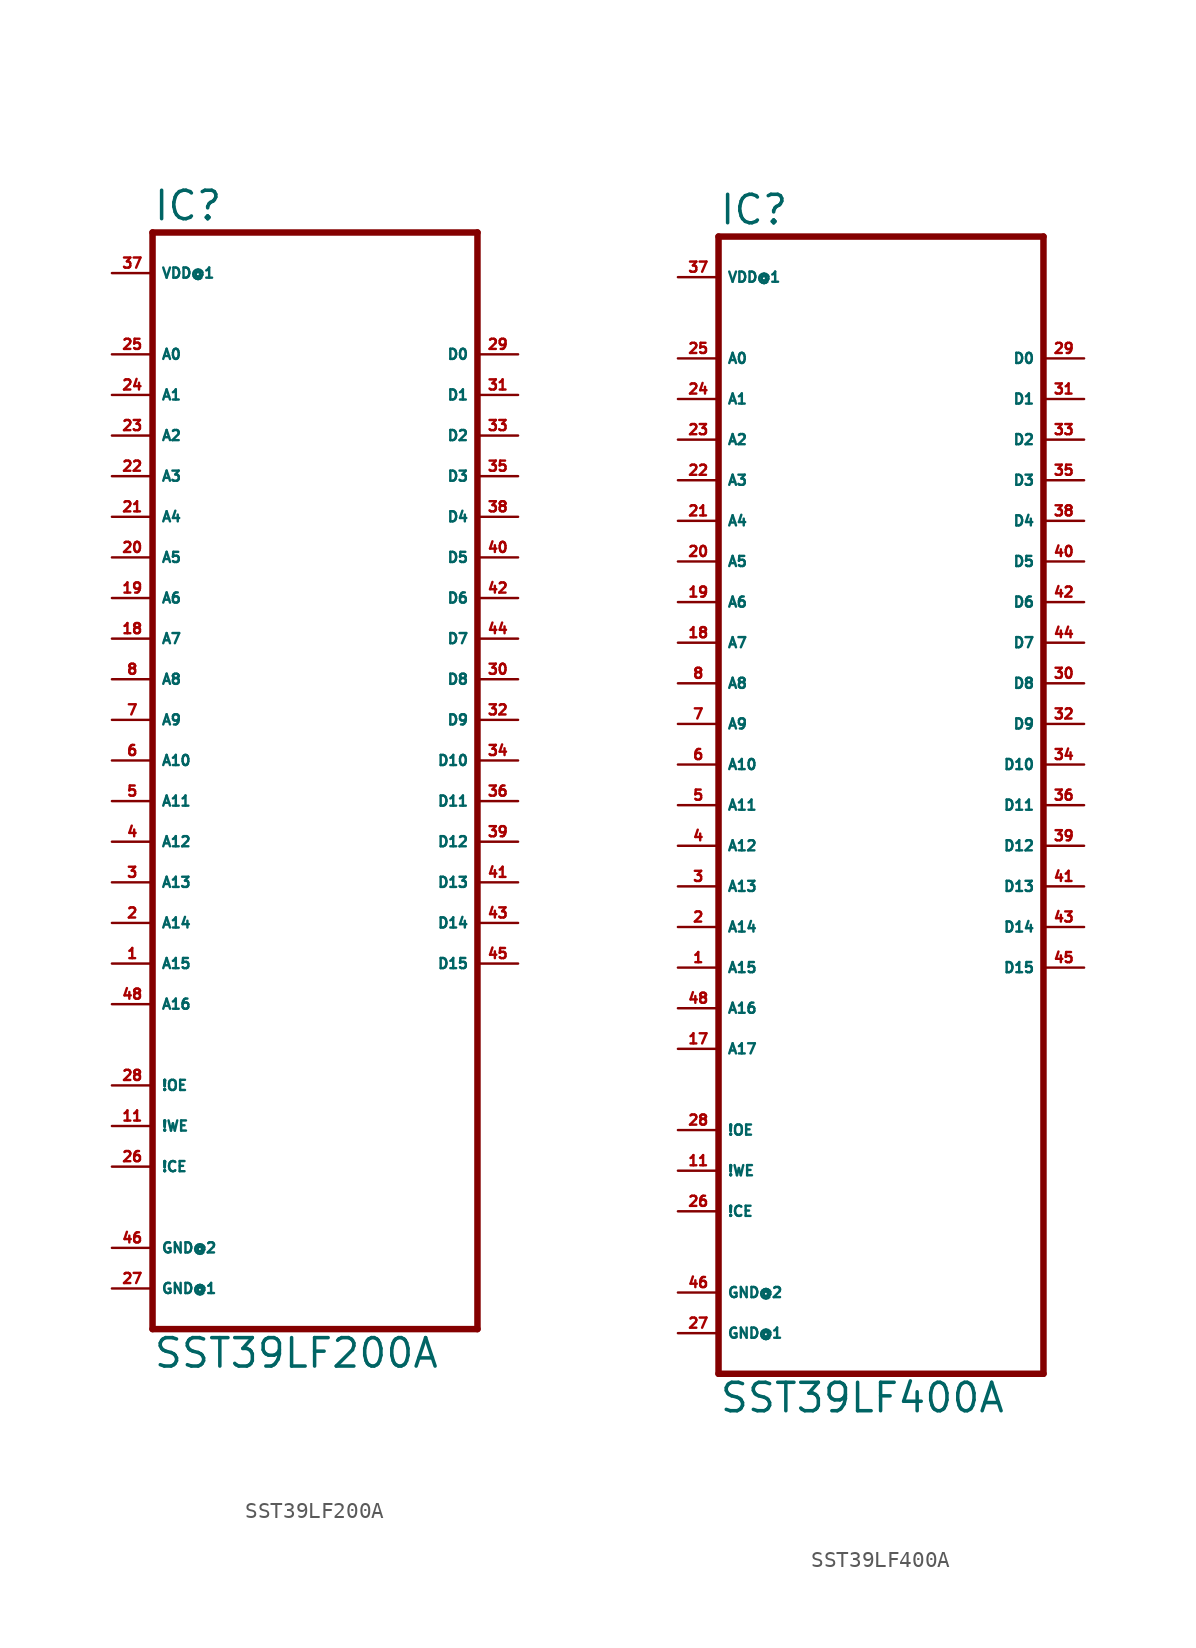
<source format=kicad_sym>
(kicad_symbol_lib
  (version 20220914)
  (generator Eagle2Kicad)
  (symbol "SST39LF200A"
    (property "Reference" "IC"
      (at -10.16 33.655 0)
      (effects (font (size 1.778 1.778) (thickness 0.22)) (justify left bottom)))
    (property "Value" "SST39LF200A"
      (at -10.16 -38.1 0)
      (effects (font (size 1.778 1.778) (thickness 0.22)) (justify left bottom)))
    (polyline
      (pts (xy -10.16 -35.56) (xy 10.16 -35.56))
      (stroke (width 0.406) (type default))
      (fill (type none)))
    (polyline
      (pts (xy 10.16 -35.56) (xy 10.16 33.02))
      (stroke (width 0.406) (type default))
      (fill (type none)))
    (polyline
      (pts (xy 10.16 33.02) (xy -10.16 33.02))
      (stroke (width 0.406) (type default))
      (fill (type none)))
    (polyline
      (pts (xy -10.16 33.02) (xy -10.16 -35.56))
      (stroke (width 0.406) (type default))
      (fill (type none)))
    (pin input line
      (at -12.7 7.62 0)
      (length 2.54)
      (name "A7" (effects (font (size 0.635 0.635) (thickness 0.08)) (justify left bottom)))
      (number "18" (effects (font (size 0.635 0.635) (thickness 0.08)) (justify left bottom))))
    (pin input line
      (at -12.7 10.16 0)
      (length 2.54)
      (name "A6" (effects (font (size 0.635 0.635) (thickness 0.08)) (justify left bottom)))
      (number "19" (effects (font (size 0.635 0.635) (thickness 0.08)) (justify left bottom))))
    (pin input line
      (at -12.7 12.7 0)
      (length 2.54)
      (name "A5" (effects (font (size 0.635 0.635) (thickness 0.08)) (justify left bottom)))
      (number "20" (effects (font (size 0.635 0.635) (thickness 0.08)) (justify left bottom))))
    (pin input line
      (at -12.7 15.24 0)
      (length 2.54)
      (name "A4" (effects (font (size 0.635 0.635) (thickness 0.08)) (justify left bottom)))
      (number "21" (effects (font (size 0.635 0.635) (thickness 0.08)) (justify left bottom))))
    (pin input line
      (at -12.7 17.78 0)
      (length 2.54)
      (name "A3" (effects (font (size 0.635 0.635) (thickness 0.08)) (justify left bottom)))
      (number "22" (effects (font (size 0.635 0.635) (thickness 0.08)) (justify left bottom))))
    (pin input line
      (at -12.7 20.32 0)
      (length 2.54)
      (name "A2" (effects (font (size 0.635 0.635) (thickness 0.08)) (justify left bottom)))
      (number "23" (effects (font (size 0.635 0.635) (thickness 0.08)) (justify left bottom))))
    (pin input line
      (at -12.7 22.86 0)
      (length 2.54)
      (name "A1" (effects (font (size 0.635 0.635) (thickness 0.08)) (justify left bottom)))
      (number "24" (effects (font (size 0.635 0.635) (thickness 0.08)) (justify left bottom))))
    (pin input line
      (at -12.7 25.4 0)
      (length 2.54)
      (name "A0" (effects (font (size 0.635 0.635) (thickness 0.08)) (justify left bottom)))
      (number "25" (effects (font (size 0.635 0.635) (thickness 0.08)) (justify left bottom))))
    (pin bidirectional line
      (at 12.7 25.4 180)
      (length 2.54)
      (name "D0" (effects (font (size 0.635 0.635) (thickness 0.08)) (justify left bottom)))
      (number "29" (effects (font (size 0.635 0.635) (thickness 0.08)) (justify left bottom))))
    (pin bidirectional line
      (at 12.7 22.86 180)
      (length 2.54)
      (name "D1" (effects (font (size 0.635 0.635) (thickness 0.08)) (justify left bottom)))
      (number "31" (effects (font (size 0.635 0.635) (thickness 0.08)) (justify left bottom))))
    (pin bidirectional line
      (at 12.7 20.32 180)
      (length 2.54)
      (name "D2" (effects (font (size 0.635 0.635) (thickness 0.08)) (justify left bottom)))
      (number "33" (effects (font (size 0.635 0.635) (thickness 0.08)) (justify left bottom))))
    (pin bidirectional line
      (at 12.7 17.78 180)
      (length 2.54)
      (name "D3" (effects (font (size 0.635 0.635) (thickness 0.08)) (justify left bottom)))
      (number "35" (effects (font (size 0.635 0.635) (thickness 0.08)) (justify left bottom))))
    (pin bidirectional line
      (at 12.7 15.24 180)
      (length 2.54)
      (name "D4" (effects (font (size 0.635 0.635) (thickness 0.08)) (justify left bottom)))
      (number "38" (effects (font (size 0.635 0.635) (thickness 0.08)) (justify left bottom))))
    (pin bidirectional line
      (at 12.7 12.7 180)
      (length 2.54)
      (name "D5" (effects (font (size 0.635 0.635) (thickness 0.08)) (justify left bottom)))
      (number "40" (effects (font (size 0.635 0.635) (thickness 0.08)) (justify left bottom))))
    (pin bidirectional line
      (at 12.7 10.16 180)
      (length 2.54)
      (name "D6" (effects (font (size 0.635 0.635) (thickness 0.08)) (justify left bottom)))
      (number "42" (effects (font (size 0.635 0.635) (thickness 0.08)) (justify left bottom))))
    (pin bidirectional line
      (at 12.7 7.62 180)
      (length 2.54)
      (name "D7" (effects (font (size 0.635 0.635) (thickness 0.08)) (justify left bottom)))
      (number "44" (effects (font (size 0.635 0.635) (thickness 0.08)) (justify left bottom))))
    (pin input line
      (at -12.7 -25.4 0)
      (length 2.54)
      (name "!CE" (effects (font (size 0.635 0.635) (thickness 0.08)) (justify left bottom)))
      (number "26" (effects (font (size 0.635 0.635) (thickness 0.08)) (justify left bottom))))
    (pin input line
      (at -12.7 0 0)
      (length 2.54)
      (name "A10" (effects (font (size 0.635 0.635) (thickness 0.08)) (justify left bottom)))
      (number "6" (effects (font (size 0.635 0.635) (thickness 0.08)) (justify left bottom))))
    (pin input line
      (at -12.7 -22.86 0)
      (length 2.54)
      (name "!WE" (effects (font (size 0.635 0.635) (thickness 0.08)) (justify left bottom)))
      (number "11" (effects (font (size 0.635 0.635) (thickness 0.08)) (justify left bottom))))
    (pin input line
      (at -12.7 2.54 0)
      (length 2.54)
      (name "A9" (effects (font (size 0.635 0.635) (thickness 0.08)) (justify left bottom)))
      (number "7" (effects (font (size 0.635 0.635) (thickness 0.08)) (justify left bottom))))
    (pin input line
      (at -12.7 5.08 0)
      (length 2.54)
      (name "A8" (effects (font (size 0.635 0.635) (thickness 0.08)) (justify left bottom)))
      (number "8" (effects (font (size 0.635 0.635) (thickness 0.08)) (justify left bottom))))
    (pin input line
      (at -12.7 -2.54 0)
      (length 2.54)
      (name "A11" (effects (font (size 0.635 0.635) (thickness 0.08)) (justify left bottom)))
      (number "5" (effects (font (size 0.635 0.635) (thickness 0.08)) (justify left bottom))))
    (pin bidirectional line
      (at 12.7 5.08 180)
      (length 2.54)
      (name "D8" (effects (font (size 0.635 0.635) (thickness 0.08)) (justify left bottom)))
      (number "30" (effects (font (size 0.635 0.635) (thickness 0.08)) (justify left bottom))))
    (pin bidirectional line
      (at 12.7 2.54 180)
      (length 2.54)
      (name "D9" (effects (font (size 0.635 0.635) (thickness 0.08)) (justify left bottom)))
      (number "32" (effects (font (size 0.635 0.635) (thickness 0.08)) (justify left bottom))))
    (pin bidirectional line
      (at 12.7 0 180)
      (length 2.54)
      (name "D10" (effects (font (size 0.635 0.635) (thickness 0.08)) (justify left bottom)))
      (number "34" (effects (font (size 0.635 0.635) (thickness 0.08)) (justify left bottom))))
    (pin bidirectional line
      (at 12.7 -2.54 180)
      (length 2.54)
      (name "D11" (effects (font (size 0.635 0.635) (thickness 0.08)) (justify left bottom)))
      (number "36" (effects (font (size 0.635 0.635) (thickness 0.08)) (justify left bottom))))
    (pin bidirectional line
      (at 12.7 -5.08 180)
      (length 2.54)
      (name "D12" (effects (font (size 0.635 0.635) (thickness 0.08)) (justify left bottom)))
      (number "39" (effects (font (size 0.635 0.635) (thickness 0.08)) (justify left bottom))))
    (pin bidirectional line
      (at 12.7 -7.62 180)
      (length 2.54)
      (name "D13" (effects (font (size 0.635 0.635) (thickness 0.08)) (justify left bottom)))
      (number "41" (effects (font (size 0.635 0.635) (thickness 0.08)) (justify left bottom))))
    (pin bidirectional line
      (at 12.7 -10.16 180)
      (length 2.54)
      (name "D14" (effects (font (size 0.635 0.635) (thickness 0.08)) (justify left bottom)))
      (number "43" (effects (font (size 0.635 0.635) (thickness 0.08)) (justify left bottom))))
    (pin bidirectional line
      (at 12.7 -12.7 180)
      (length 2.54)
      (name "D15" (effects (font (size 0.635 0.635) (thickness 0.08)) (justify left bottom)))
      (number "45" (effects (font (size 0.635 0.635) (thickness 0.08)) (justify left bottom))))
    (pin unspecified line
      (at -12.7 30.48 0)
      (length 2.54)
      (name "VDD@1" (effects (font (size 0.635 0.635) (thickness 0.08)) (justify left bottom)))
      (number "37" (effects (font (size 0.635 0.635) (thickness 0.08)) (justify left bottom))))
    (pin unspecified line
      (at -12.7 -33.02 0)
      (length 2.54)
      (name "GND@1" (effects (font (size 0.635 0.635) (thickness 0.08)) (justify left bottom)))
      (number "27" (effects (font (size 0.635 0.635) (thickness 0.08)) (justify left bottom))))
    (pin unspecified line
      (at -12.7 -30.48 0)
      (length 2.54)
      (name "GND@2" (effects (font (size 0.635 0.635) (thickness 0.08)) (justify left bottom)))
      (number "46" (effects (font (size 0.635 0.635) (thickness 0.08)) (justify left bottom))))
    (pin input line
      (at -12.7 -5.08 0)
      (length 2.54)
      (name "A12" (effects (font (size 0.635 0.635) (thickness 0.08)) (justify left bottom)))
      (number "4" (effects (font (size 0.635 0.635) (thickness 0.08)) (justify left bottom))))
    (pin input line
      (at -12.7 -7.62 0)
      (length 2.54)
      (name "A13" (effects (font (size 0.635 0.635) (thickness 0.08)) (justify left bottom)))
      (number "3" (effects (font (size 0.635 0.635) (thickness 0.08)) (justify left bottom))))
    (pin input line
      (at -12.7 -10.16 0)
      (length 2.54)
      (name "A14" (effects (font (size 0.635 0.635) (thickness 0.08)) (justify left bottom)))
      (number "2" (effects (font (size 0.635 0.635) (thickness 0.08)) (justify left bottom))))
    (pin input line
      (at -12.7 -12.7 0)
      (length 2.54)
      (name "A15" (effects (font (size 0.635 0.635) (thickness 0.08)) (justify left bottom)))
      (number "1" (effects (font (size 0.635 0.635) (thickness 0.08)) (justify left bottom))))
    (pin input line
      (at -12.7 -15.24 0)
      (length 2.54)
      (name "A16" (effects (font (size 0.635 0.635) (thickness 0.08)) (justify left bottom)))
      (number "48" (effects (font (size 0.635 0.635) (thickness 0.08)) (justify left bottom))))
    (pin input line
      (at -12.7 -20.32 0)
      (length 2.54)
      (name "!OE" (effects (font (size 0.635 0.635) (thickness 0.08)) (justify left bottom)))
      (number "28" (effects (font (size 0.635 0.635) (thickness 0.08)) (justify left bottom)))))
  (symbol "SST39LF400A"
    (property "Reference" "IC"
      (at -10.16 33.655 0)
      (effects (font (size 1.778 1.778) (thickness 0.22)) (justify left bottom)))
    (property "Value" "SST39LF400A"
      (at -10.16 -40.64 0)
      (effects (font (size 1.778 1.778) (thickness 0.22)) (justify left bottom)))
    (polyline
      (pts (xy -10.16 -38.1) (xy 10.16 -38.1))
      (stroke (width 0.406) (type default))
      (fill (type none)))
    (polyline
      (pts (xy 10.16 -38.1) (xy 10.16 33.02))
      (stroke (width 0.406) (type default))
      (fill (type none)))
    (polyline
      (pts (xy 10.16 33.02) (xy -10.16 33.02))
      (stroke (width 0.406) (type default))
      (fill (type none)))
    (polyline
      (pts (xy -10.16 33.02) (xy -10.16 -38.1))
      (stroke (width 0.406) (type default))
      (fill (type none)))
    (pin input line
      (at -12.7 7.62 0)
      (length 2.54)
      (name "A7" (effects (font (size 0.635 0.635) (thickness 0.08)) (justify left bottom)))
      (number "18" (effects (font (size 0.635 0.635) (thickness 0.08)) (justify left bottom))))
    (pin input line
      (at -12.7 10.16 0)
      (length 2.54)
      (name "A6" (effects (font (size 0.635 0.635) (thickness 0.08)) (justify left bottom)))
      (number "19" (effects (font (size 0.635 0.635) (thickness 0.08)) (justify left bottom))))
    (pin input line
      (at -12.7 12.7 0)
      (length 2.54)
      (name "A5" (effects (font (size 0.635 0.635) (thickness 0.08)) (justify left bottom)))
      (number "20" (effects (font (size 0.635 0.635) (thickness 0.08)) (justify left bottom))))
    (pin input line
      (at -12.7 15.24 0)
      (length 2.54)
      (name "A4" (effects (font (size 0.635 0.635) (thickness 0.08)) (justify left bottom)))
      (number "21" (effects (font (size 0.635 0.635) (thickness 0.08)) (justify left bottom))))
    (pin input line
      (at -12.7 17.78 0)
      (length 2.54)
      (name "A3" (effects (font (size 0.635 0.635) (thickness 0.08)) (justify left bottom)))
      (number "22" (effects (font (size 0.635 0.635) (thickness 0.08)) (justify left bottom))))
    (pin input line
      (at -12.7 20.32 0)
      (length 2.54)
      (name "A2" (effects (font (size 0.635 0.635) (thickness 0.08)) (justify left bottom)))
      (number "23" (effects (font (size 0.635 0.635) (thickness 0.08)) (justify left bottom))))
    (pin input line
      (at -12.7 22.86 0)
      (length 2.54)
      (name "A1" (effects (font (size 0.635 0.635) (thickness 0.08)) (justify left bottom)))
      (number "24" (effects (font (size 0.635 0.635) (thickness 0.08)) (justify left bottom))))
    (pin input line
      (at -12.7 25.4 0)
      (length 2.54)
      (name "A0" (effects (font (size 0.635 0.635) (thickness 0.08)) (justify left bottom)))
      (number "25" (effects (font (size 0.635 0.635) (thickness 0.08)) (justify left bottom))))
    (pin bidirectional line
      (at 12.7 25.4 180)
      (length 2.54)
      (name "D0" (effects (font (size 0.635 0.635) (thickness 0.08)) (justify left bottom)))
      (number "29" (effects (font (size 0.635 0.635) (thickness 0.08)) (justify left bottom))))
    (pin bidirectional line
      (at 12.7 22.86 180)
      (length 2.54)
      (name "D1" (effects (font (size 0.635 0.635) (thickness 0.08)) (justify left bottom)))
      (number "31" (effects (font (size 0.635 0.635) (thickness 0.08)) (justify left bottom))))
    (pin bidirectional line
      (at 12.7 20.32 180)
      (length 2.54)
      (name "D2" (effects (font (size 0.635 0.635) (thickness 0.08)) (justify left bottom)))
      (number "33" (effects (font (size 0.635 0.635) (thickness 0.08)) (justify left bottom))))
    (pin bidirectional line
      (at 12.7 17.78 180)
      (length 2.54)
      (name "D3" (effects (font (size 0.635 0.635) (thickness 0.08)) (justify left bottom)))
      (number "35" (effects (font (size 0.635 0.635) (thickness 0.08)) (justify left bottom))))
    (pin bidirectional line
      (at 12.7 15.24 180)
      (length 2.54)
      (name "D4" (effects (font (size 0.635 0.635) (thickness 0.08)) (justify left bottom)))
      (number "38" (effects (font (size 0.635 0.635) (thickness 0.08)) (justify left bottom))))
    (pin bidirectional line
      (at 12.7 12.7 180)
      (length 2.54)
      (name "D5" (effects (font (size 0.635 0.635) (thickness 0.08)) (justify left bottom)))
      (number "40" (effects (font (size 0.635 0.635) (thickness 0.08)) (justify left bottom))))
    (pin bidirectional line
      (at 12.7 10.16 180)
      (length 2.54)
      (name "D6" (effects (font (size 0.635 0.635) (thickness 0.08)) (justify left bottom)))
      (number "42" (effects (font (size 0.635 0.635) (thickness 0.08)) (justify left bottom))))
    (pin bidirectional line
      (at 12.7 7.62 180)
      (length 2.54)
      (name "D7" (effects (font (size 0.635 0.635) (thickness 0.08)) (justify left bottom)))
      (number "44" (effects (font (size 0.635 0.635) (thickness 0.08)) (justify left bottom))))
    (pin input line
      (at -12.7 -27.94 0)
      (length 2.54)
      (name "!CE" (effects (font (size 0.635 0.635) (thickness 0.08)) (justify left bottom)))
      (number "26" (effects (font (size 0.635 0.635) (thickness 0.08)) (justify left bottom))))
    (pin input line
      (at -12.7 0 0)
      (length 2.54)
      (name "A10" (effects (font (size 0.635 0.635) (thickness 0.08)) (justify left bottom)))
      (number "6" (effects (font (size 0.635 0.635) (thickness 0.08)) (justify left bottom))))
    (pin input line
      (at -12.7 -25.4 0)
      (length 2.54)
      (name "!WE" (effects (font (size 0.635 0.635) (thickness 0.08)) (justify left bottom)))
      (number "11" (effects (font (size 0.635 0.635) (thickness 0.08)) (justify left bottom))))
    (pin input line
      (at -12.7 2.54 0)
      (length 2.54)
      (name "A9" (effects (font (size 0.635 0.635) (thickness 0.08)) (justify left bottom)))
      (number "7" (effects (font (size 0.635 0.635) (thickness 0.08)) (justify left bottom))))
    (pin input line
      (at -12.7 5.08 0)
      (length 2.54)
      (name "A8" (effects (font (size 0.635 0.635) (thickness 0.08)) (justify left bottom)))
      (number "8" (effects (font (size 0.635 0.635) (thickness 0.08)) (justify left bottom))))
    (pin input line
      (at -12.7 -2.54 0)
      (length 2.54)
      (name "A11" (effects (font (size 0.635 0.635) (thickness 0.08)) (justify left bottom)))
      (number "5" (effects (font (size 0.635 0.635) (thickness 0.08)) (justify left bottom))))
    (pin bidirectional line
      (at 12.7 5.08 180)
      (length 2.54)
      (name "D8" (effects (font (size 0.635 0.635) (thickness 0.08)) (justify left bottom)))
      (number "30" (effects (font (size 0.635 0.635) (thickness 0.08)) (justify left bottom))))
    (pin bidirectional line
      (at 12.7 2.54 180)
      (length 2.54)
      (name "D9" (effects (font (size 0.635 0.635) (thickness 0.08)) (justify left bottom)))
      (number "32" (effects (font (size 0.635 0.635) (thickness 0.08)) (justify left bottom))))
    (pin bidirectional line
      (at 12.7 0 180)
      (length 2.54)
      (name "D10" (effects (font (size 0.635 0.635) (thickness 0.08)) (justify left bottom)))
      (number "34" (effects (font (size 0.635 0.635) (thickness 0.08)) (justify left bottom))))
    (pin bidirectional line
      (at 12.7 -2.54 180)
      (length 2.54)
      (name "D11" (effects (font (size 0.635 0.635) (thickness 0.08)) (justify left bottom)))
      (number "36" (effects (font (size 0.635 0.635) (thickness 0.08)) (justify left bottom))))
    (pin bidirectional line
      (at 12.7 -5.08 180)
      (length 2.54)
      (name "D12" (effects (font (size 0.635 0.635) (thickness 0.08)) (justify left bottom)))
      (number "39" (effects (font (size 0.635 0.635) (thickness 0.08)) (justify left bottom))))
    (pin bidirectional line
      (at 12.7 -7.62 180)
      (length 2.54)
      (name "D13" (effects (font (size 0.635 0.635) (thickness 0.08)) (justify left bottom)))
      (number "41" (effects (font (size 0.635 0.635) (thickness 0.08)) (justify left bottom))))
    (pin bidirectional line
      (at 12.7 -10.16 180)
      (length 2.54)
      (name "D14" (effects (font (size 0.635 0.635) (thickness 0.08)) (justify left bottom)))
      (number "43" (effects (font (size 0.635 0.635) (thickness 0.08)) (justify left bottom))))
    (pin bidirectional line
      (at 12.7 -12.7 180)
      (length 2.54)
      (name "D15" (effects (font (size 0.635 0.635) (thickness 0.08)) (justify left bottom)))
      (number "45" (effects (font (size 0.635 0.635) (thickness 0.08)) (justify left bottom))))
    (pin unspecified line
      (at -12.7 30.48 0)
      (length 2.54)
      (name "VDD@1" (effects (font (size 0.635 0.635) (thickness 0.08)) (justify left bottom)))
      (number "37" (effects (font (size 0.635 0.635) (thickness 0.08)) (justify left bottom))))
    (pin unspecified line
      (at -12.7 -35.56 0)
      (length 2.54)
      (name "GND@1" (effects (font (size 0.635 0.635) (thickness 0.08)) (justify left bottom)))
      (number "27" (effects (font (size 0.635 0.635) (thickness 0.08)) (justify left bottom))))
    (pin unspecified line
      (at -12.7 -33.02 0)
      (length 2.54)
      (name "GND@2" (effects (font (size 0.635 0.635) (thickness 0.08)) (justify left bottom)))
      (number "46" (effects (font (size 0.635 0.635) (thickness 0.08)) (justify left bottom))))
    (pin input line
      (at -12.7 -5.08 0)
      (length 2.54)
      (name "A12" (effects (font (size 0.635 0.635) (thickness 0.08)) (justify left bottom)))
      (number "4" (effects (font (size 0.635 0.635) (thickness 0.08)) (justify left bottom))))
    (pin input line
      (at -12.7 -7.62 0)
      (length 2.54)
      (name "A13" (effects (font (size 0.635 0.635) (thickness 0.08)) (justify left bottom)))
      (number "3" (effects (font (size 0.635 0.635) (thickness 0.08)) (justify left bottom))))
    (pin input line
      (at -12.7 -10.16 0)
      (length 2.54)
      (name "A14" (effects (font (size 0.635 0.635) (thickness 0.08)) (justify left bottom)))
      (number "2" (effects (font (size 0.635 0.635) (thickness 0.08)) (justify left bottom))))
    (pin input line
      (at -12.7 -12.7 0)
      (length 2.54)
      (name "A15" (effects (font (size 0.635 0.635) (thickness 0.08)) (justify left bottom)))
      (number "1" (effects (font (size 0.635 0.635) (thickness 0.08)) (justify left bottom))))
    (pin input line
      (at -12.7 -15.24 0)
      (length 2.54)
      (name "A16" (effects (font (size 0.635 0.635) (thickness 0.08)) (justify left bottom)))
      (number "48" (effects (font (size 0.635 0.635) (thickness 0.08)) (justify left bottom))))
    (pin input line
      (at -12.7 -22.86 0)
      (length 2.54)
      (name "!OE" (effects (font (size 0.635 0.635) (thickness 0.08)) (justify left bottom)))
      (number "28" (effects (font (size 0.635 0.635) (thickness 0.08)) (justify left bottom))))
    (pin input line
      (at -12.7 -17.78 0)
      (length 2.54)
      (name "A17" (effects (font (size 0.635 0.635) (thickness 0.08)) (justify left bottom)))
      (number "17" (effects (font (size 0.635 0.635) (thickness 0.08)) (justify left bottom))))))
</source>
